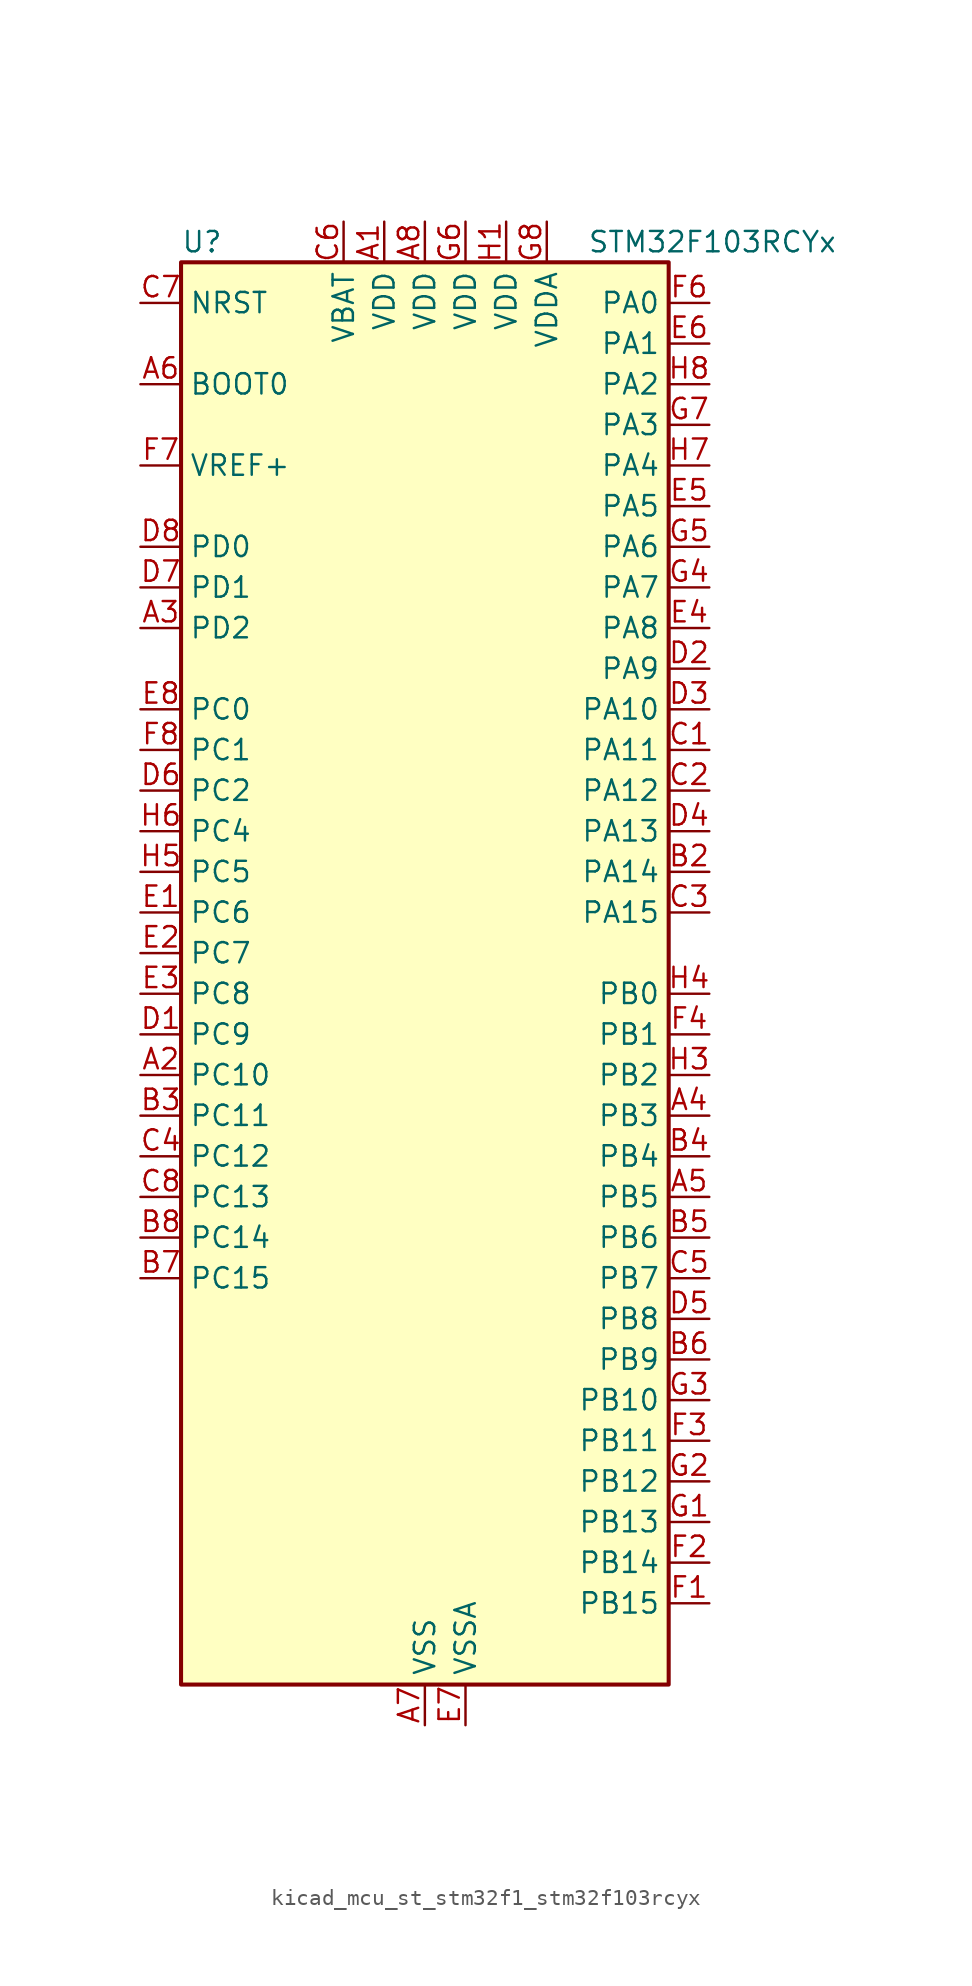
<source format=kicad_sym>
(kicad_symbol_lib
  (version 20220914)
  (generator kicad_symbol_editor)
  (symbol "kicad_mcu_st_stm32f1_stm32f103rcyx"
    (property "Reference" "U"
      (at -15.24 46.99 0)
      (effects (font (size 1.27 1.27)) (justify left)))
    (property "Value" "STM32F103RCYx"
      (at 10.16 46.99 0)
      (effects (font (size 1.27 1.27)) (justify left)))
    (property "ki_locked" ""
      (at 0 0 0)
      (effects (font (size 1.27 1.27))))
    (symbol "kicad_mcu_st_stm32f1_stm32f103rcyx_0_1"
      (rectangle (start -15.24 -43.18) (end 15.24 45.72) (stroke (width 0.254) (type default)) (fill (type background))))
    (symbol "kicad_mcu_st_stm32f1_stm32f103rcyx_1_1"
      (pin power_in line (at -2.54 48.26 270) (length 2.54) (name "VDD" (effects (font (size 1.27 1.27)))) (number "A1" (effects (font (size 1.27 1.27)))))
      (pin bidirectional line (at -17.78 -5.08 0) (length 2.54) (name "PC10" (effects (font (size 1.27 1.27)))) (number "A2" (effects (font (size 1.27 1.27)))) (alternate "SDIO_D2" bidirectional line) (alternate "UART4_TX" bidirectional line) (alternate "USART3_TX" bidirectional line))
      (pin bidirectional line (at -17.78 22.86 0) (length 2.54) (name "PD2" (effects (font (size 1.27 1.27)))) (number "A3" (effects (font (size 1.27 1.27)))) (alternate "SDIO_CMD" bidirectional line) (alternate "TIM3_ETR" bidirectional line) (alternate "UART5_RX" bidirectional line))
      (pin bidirectional line (at 17.78 -7.62 180) (length 2.54) (name "PB3" (effects (font (size 1.27 1.27)))) (number "A4" (effects (font (size 1.27 1.27)))) (alternate "I2S3_CK" bidirectional line) (alternate "SPI1_SCK" bidirectional line) (alternate "SPI3_SCK" bidirectional line) (alternate "SYS_JTDO-TRACESWO" bidirectional line) (alternate "TIM2_CH2" bidirectional line))
      (pin bidirectional line (at 17.78 -12.7 180) (length 2.54) (name "PB5" (effects (font (size 1.27 1.27)))) (number "A5" (effects (font (size 1.27 1.27)))) (alternate "I2C1_SMBA" bidirectional line) (alternate "I2S3_SD" bidirectional line) (alternate "SPI1_MOSI" bidirectional line) (alternate "SPI3_MOSI" bidirectional line) (alternate "TIM3_CH2" bidirectional line))
      (pin input line (at -17.78 38.1 0) (length 2.54) (name "BOOT0" (effects (font (size 1.27 1.27)))) (number "A6" (effects (font (size 1.27 1.27)))))
      (pin power_in line (at 0 -45.72 90) (length 2.54) (name "VSS" (effects (font (size 1.27 1.27)))) (number "A7" (effects (font (size 1.27 1.27)))))
      (pin power_in line (at 0 48.26 270) (length 2.54) (name "VDD" (effects (font (size 1.27 1.27)))) (number "A8" (effects (font (size 1.27 1.27)))))
      (pin passive line (at 0 -45.72 90) (length 2.54) hide (name "VSS" (effects (font (size 1.27 1.27)))) (number "B1" (effects (font (size 1.27 1.27)))))
      (pin bidirectional line (at 17.78 7.62 180) (length 2.54) (name "PA14" (effects (font (size 1.27 1.27)))) (number "B2" (effects (font (size 1.27 1.27)))) (alternate "SYS_JTCK-SWCLK" bidirectional line))
      (pin bidirectional line (at -17.78 -7.62 0) (length 2.54) (name "PC11" (effects (font (size 1.27 1.27)))) (number "B3" (effects (font (size 1.27 1.27)))) (alternate "ADC1_EXTI11" bidirectional line) (alternate "ADC2_EXTI11" bidirectional line) (alternate "SDIO_D3" bidirectional line) (alternate "UART4_RX" bidirectional line) (alternate "USART3_RX" bidirectional line))
      (pin bidirectional line (at 17.78 -10.16 180) (length 2.54) (name "PB4" (effects (font (size 1.27 1.27)))) (number "B4" (effects (font (size 1.27 1.27)))) (alternate "SPI1_MISO" bidirectional line) (alternate "SPI3_MISO" bidirectional line) (alternate "SYS_NJTRST" bidirectional line) (alternate "TIM3_CH1" bidirectional line))
      (pin bidirectional line (at 17.78 -15.24 180) (length 2.54) (name "PB6" (effects (font (size 1.27 1.27)))) (number "B5" (effects (font (size 1.27 1.27)))) (alternate "I2C1_SCL" bidirectional line) (alternate "TIM4_CH1" bidirectional line) (alternate "USART1_TX" bidirectional line))
      (pin bidirectional line (at 17.78 -22.86 180) (length 2.54) (name "PB9" (effects (font (size 1.27 1.27)))) (number "B6" (effects (font (size 1.27 1.27)))) (alternate "CAN_TX" bidirectional line) (alternate "DAC_EXTI9" bidirectional line) (alternate "I2C1_SDA" bidirectional line) (alternate "SDIO_D5" bidirectional line) (alternate "TIM4_CH4" bidirectional line))
      (pin bidirectional line (at -17.78 -17.78 0) (length 2.54) (name "PC15" (effects (font (size 1.27 1.27)))) (number "B7" (effects (font (size 1.27 1.27)))) (alternate "ADC1_EXTI15" bidirectional line) (alternate "ADC2_EXTI15" bidirectional line) (alternate "RCC_OSC32_OUT" bidirectional line))
      (pin bidirectional line (at -17.78 -15.24 0) (length 2.54) (name "PC14" (effects (font (size 1.27 1.27)))) (number "B8" (effects (font (size 1.27 1.27)))) (alternate "RCC_OSC32_IN" bidirectional line))
      (pin bidirectional line (at 17.78 15.24 180) (length 2.54) (name "PA11" (effects (font (size 1.27 1.27)))) (number "C1" (effects (font (size 1.27 1.27)))) (alternate "ADC1_EXTI11" bidirectional line) (alternate "ADC2_EXTI11" bidirectional line) (alternate "CAN_RX" bidirectional line) (alternate "TIM1_CH4" bidirectional line) (alternate "USART1_CTS" bidirectional line) (alternate "USB_DM" bidirectional line))
      (pin bidirectional line (at 17.78 12.7 180) (length 2.54) (name "PA12" (effects (font (size 1.27 1.27)))) (number "C2" (effects (font (size 1.27 1.27)))) (alternate "CAN_TX" bidirectional line) (alternate "TIM1_ETR" bidirectional line) (alternate "USART1_RTS" bidirectional line) (alternate "USB_DP" bidirectional line))
      (pin bidirectional line (at 17.78 5.08 180) (length 2.54) (name "PA15" (effects (font (size 1.27 1.27)))) (number "C3" (effects (font (size 1.27 1.27)))) (alternate "ADC1_EXTI15" bidirectional line) (alternate "ADC2_EXTI15" bidirectional line) (alternate "I2S3_WS" bidirectional line) (alternate "SPI1_NSS" bidirectional line) (alternate "SPI3_NSS" bidirectional line) (alternate "SYS_JTDI" bidirectional line) (alternate "TIM2_CH1" bidirectional line) (alternate "TIM2_ETR" bidirectional line))
      (pin bidirectional line (at -17.78 -10.16 0) (length 2.54) (name "PC12" (effects (font (size 1.27 1.27)))) (number "C4" (effects (font (size 1.27 1.27)))) (alternate "SDIO_CK" bidirectional line) (alternate "UART5_TX" bidirectional line) (alternate "USART3_CK" bidirectional line))
      (pin bidirectional line (at 17.78 -17.78 180) (length 2.54) (name "PB7" (effects (font (size 1.27 1.27)))) (number "C5" (effects (font (size 1.27 1.27)))) (alternate "I2C1_SDA" bidirectional line) (alternate "TIM4_CH2" bidirectional line) (alternate "USART1_RX" bidirectional line))
      (pin power_in line (at -5.08 48.26 270) (length 2.54) (name "VBAT" (effects (font (size 1.27 1.27)))) (number "C6" (effects (font (size 1.27 1.27)))))
      (pin input line (at -17.78 43.18 0) (length 2.54) (name "NRST" (effects (font (size 1.27 1.27)))) (number "C7" (effects (font (size 1.27 1.27)))))
      (pin bidirectional line (at -17.78 -12.7 0) (length 2.54) (name "PC13" (effects (font (size 1.27 1.27)))) (number "C8" (effects (font (size 1.27 1.27)))) (alternate "RTC_OUT" bidirectional line) (alternate "RTC_TAMPER" bidirectional line))
      (pin bidirectional line (at -17.78 -2.54 0) (length 2.54) (name "PC9" (effects (font (size 1.27 1.27)))) (number "D1" (effects (font (size 1.27 1.27)))) (alternate "DAC_EXTI9" bidirectional line) (alternate "SDIO_D1" bidirectional line) (alternate "TIM3_CH4" bidirectional line) (alternate "TIM8_CH4" bidirectional line))
      (pin bidirectional line (at 17.78 20.32 180) (length 2.54) (name "PA9" (effects (font (size 1.27 1.27)))) (number "D2" (effects (font (size 1.27 1.27)))) (alternate "DAC_EXTI9" bidirectional line) (alternate "TIM1_CH2" bidirectional line) (alternate "USART1_TX" bidirectional line))
      (pin bidirectional line (at 17.78 17.78 180) (length 2.54) (name "PA10" (effects (font (size 1.27 1.27)))) (number "D3" (effects (font (size 1.27 1.27)))) (alternate "TIM1_CH3" bidirectional line) (alternate "USART1_RX" bidirectional line))
      (pin bidirectional line (at 17.78 10.16 180) (length 2.54) (name "PA13" (effects (font (size 1.27 1.27)))) (number "D4" (effects (font (size 1.27 1.27)))) (alternate "SYS_JTMS-SWDIO" bidirectional line))
      (pin bidirectional line (at 17.78 -20.32 180) (length 2.54) (name "PB8" (effects (font (size 1.27 1.27)))) (number "D5" (effects (font (size 1.27 1.27)))) (alternate "CAN_RX" bidirectional line) (alternate "I2C1_SCL" bidirectional line) (alternate "SDIO_D4" bidirectional line) (alternate "TIM4_CH3" bidirectional line))
      (pin bidirectional line (at -17.78 12.7 0) (length 2.54) (name "PC2" (effects (font (size 1.27 1.27)))) (number "D6" (effects (font (size 1.27 1.27)))) (alternate "ADC1_IN12" bidirectional line) (alternate "ADC2_IN12" bidirectional line) (alternate "ADC3_IN12" bidirectional line))
      (pin bidirectional line (at -17.78 25.4 0) (length 2.54) (name "PD1" (effects (font (size 1.27 1.27)))) (number "D7" (effects (font (size 1.27 1.27)))) (alternate "RCC_OSC_OUT" bidirectional line))
      (pin bidirectional line (at -17.78 27.94 0) (length 2.54) (name "PD0" (effects (font (size 1.27 1.27)))) (number "D8" (effects (font (size 1.27 1.27)))) (alternate "RCC_OSC_IN" bidirectional line))
      (pin bidirectional line (at -17.78 5.08 0) (length 2.54) (name "PC6" (effects (font (size 1.27 1.27)))) (number "E1" (effects (font (size 1.27 1.27)))) (alternate "I2S2_MCK" bidirectional line) (alternate "SDIO_D6" bidirectional line) (alternate "TIM3_CH1" bidirectional line) (alternate "TIM8_CH1" bidirectional line))
      (pin bidirectional line (at -17.78 2.54 0) (length 2.54) (name "PC7" (effects (font (size 1.27 1.27)))) (number "E2" (effects (font (size 1.27 1.27)))) (alternate "I2S3_MCK" bidirectional line) (alternate "SDIO_D7" bidirectional line) (alternate "TIM3_CH2" bidirectional line) (alternate "TIM8_CH2" bidirectional line))
      (pin bidirectional line (at -17.78 0 0) (length 2.54) (name "PC8" (effects (font (size 1.27 1.27)))) (number "E3" (effects (font (size 1.27 1.27)))) (alternate "SDIO_D0" bidirectional line) (alternate "TIM3_CH3" bidirectional line) (alternate "TIM8_CH3" bidirectional line))
      (pin bidirectional line (at 17.78 22.86 180) (length 2.54) (name "PA8" (effects (font (size 1.27 1.27)))) (number "E4" (effects (font (size 1.27 1.27)))) (alternate "RCC_MCO" bidirectional line) (alternate "TIM1_CH1" bidirectional line) (alternate "USART1_CK" bidirectional line))
      (pin bidirectional line (at 17.78 30.48 180) (length 2.54) (name "PA5" (effects (font (size 1.27 1.27)))) (number "E5" (effects (font (size 1.27 1.27)))) (alternate "ADC1_IN5" bidirectional line) (alternate "ADC2_IN5" bidirectional line) (alternate "DAC_OUT2" bidirectional line) (alternate "SPI1_SCK" bidirectional line))
      (pin bidirectional line (at 17.78 40.64 180) (length 2.54) (name "PA1" (effects (font (size 1.27 1.27)))) (number "E6" (effects (font (size 1.27 1.27)))) (alternate "ADC1_IN1" bidirectional line) (alternate "ADC2_IN1" bidirectional line) (alternate "ADC3_IN1" bidirectional line) (alternate "TIM2_CH2" bidirectional line) (alternate "TIM5_CH2" bidirectional line) (alternate "USART2_RTS" bidirectional line))
      (pin power_in line (at 2.54 -45.72 90) (length 2.54) (name "VSSA" (effects (font (size 1.27 1.27)))) (number "E7" (effects (font (size 1.27 1.27)))))
      (pin bidirectional line (at -17.78 17.78 0) (length 2.54) (name "PC0" (effects (font (size 1.27 1.27)))) (number "E8" (effects (font (size 1.27 1.27)))) (alternate "ADC1_IN10" bidirectional line) (alternate "ADC2_IN10" bidirectional line) (alternate "ADC3_IN10" bidirectional line))
      (pin bidirectional line (at 17.78 -38.1 180) (length 2.54) (name "PB15" (effects (font (size 1.27 1.27)))) (number "F1" (effects (font (size 1.27 1.27)))) (alternate "ADC1_EXTI15" bidirectional line) (alternate "ADC2_EXTI15" bidirectional line) (alternate "I2S2_SD" bidirectional line) (alternate "SPI2_MOSI" bidirectional line) (alternate "TIM1_CH3N" bidirectional line))
      (pin bidirectional line (at 17.78 -35.56 180) (length 2.54) (name "PB14" (effects (font (size 1.27 1.27)))) (number "F2" (effects (font (size 1.27 1.27)))) (alternate "SPI2_MISO" bidirectional line) (alternate "TIM1_CH2N" bidirectional line) (alternate "USART3_RTS" bidirectional line))
      (pin bidirectional line (at 17.78 -27.94 180) (length 2.54) (name "PB11" (effects (font (size 1.27 1.27)))) (number "F3" (effects (font (size 1.27 1.27)))) (alternate "ADC1_EXTI11" bidirectional line) (alternate "ADC2_EXTI11" bidirectional line) (alternate "I2C2_SDA" bidirectional line) (alternate "TIM2_CH4" bidirectional line) (alternate "USART3_RX" bidirectional line))
      (pin bidirectional line (at 17.78 -2.54 180) (length 2.54) (name "PB1" (effects (font (size 1.27 1.27)))) (number "F4" (effects (font (size 1.27 1.27)))) (alternate "ADC1_IN9" bidirectional line) (alternate "ADC2_IN9" bidirectional line) (alternate "TIM1_CH3N" bidirectional line) (alternate "TIM3_CH4" bidirectional line) (alternate "TIM8_CH3N" bidirectional line))
      (pin passive line (at 0 -45.72 90) (length 2.54) hide (name "VSS" (effects (font (size 1.27 1.27)))) (number "F5" (effects (font (size 1.27 1.27)))))
      (pin bidirectional line (at 17.78 43.18 180) (length 2.54) (name "PA0" (effects (font (size 1.27 1.27)))) (number "F6" (effects (font (size 1.27 1.27)))) (alternate "ADC1_IN0" bidirectional line) (alternate "ADC2_IN0" bidirectional line) (alternate "ADC3_IN0" bidirectional line) (alternate "SYS_WKUP" bidirectional line) (alternate "TIM2_CH1" bidirectional line) (alternate "TIM2_ETR" bidirectional line) (alternate "TIM5_CH1" bidirectional line) (alternate "TIM8_ETR" bidirectional line) (alternate "USART2_CTS" bidirectional line))
      (pin input line (at -17.78 33.02 0) (length 2.54) (name "VREF+" (effects (font (size 1.27 1.27)))) (number "F7" (effects (font (size 1.27 1.27)))))
      (pin bidirectional line (at -17.78 15.24 0) (length 2.54) (name "PC1" (effects (font (size 1.27 1.27)))) (number "F8" (effects (font (size 1.27 1.27)))) (alternate "ADC1_IN11" bidirectional line) (alternate "ADC2_IN11" bidirectional line) (alternate "ADC3_IN11" bidirectional line))
      (pin bidirectional line (at 17.78 -33.02 180) (length 2.54) (name "PB13" (effects (font (size 1.27 1.27)))) (number "G1" (effects (font (size 1.27 1.27)))) (alternate "I2S2_CK" bidirectional line) (alternate "SPI2_SCK" bidirectional line) (alternate "TIM1_CH1N" bidirectional line) (alternate "USART3_CTS" bidirectional line))
      (pin bidirectional line (at 17.78 -30.48 180) (length 2.54) (name "PB12" (effects (font (size 1.27 1.27)))) (number "G2" (effects (font (size 1.27 1.27)))) (alternate "I2C2_SMBA" bidirectional line) (alternate "I2S2_WS" bidirectional line) (alternate "SPI2_NSS" bidirectional line) (alternate "TIM1_BKIN" bidirectional line) (alternate "USART3_CK" bidirectional line))
      (pin bidirectional line (at 17.78 -25.4 180) (length 2.54) (name "PB10" (effects (font (size 1.27 1.27)))) (number "G3" (effects (font (size 1.27 1.27)))) (alternate "I2C2_SCL" bidirectional line) (alternate "TIM2_CH3" bidirectional line) (alternate "USART3_TX" bidirectional line))
      (pin bidirectional line (at 17.78 25.4 180) (length 2.54) (name "PA7" (effects (font (size 1.27 1.27)))) (number "G4" (effects (font (size 1.27 1.27)))) (alternate "ADC1_IN7" bidirectional line) (alternate "ADC2_IN7" bidirectional line) (alternate "SPI1_MOSI" bidirectional line) (alternate "TIM1_CH1N" bidirectional line) (alternate "TIM3_CH2" bidirectional line) (alternate "TIM8_CH1N" bidirectional line))
      (pin bidirectional line (at 17.78 27.94 180) (length 2.54) (name "PA6" (effects (font (size 1.27 1.27)))) (number "G5" (effects (font (size 1.27 1.27)))) (alternate "ADC1_IN6" bidirectional line) (alternate "ADC2_IN6" bidirectional line) (alternate "SPI1_MISO" bidirectional line) (alternate "TIM1_BKIN" bidirectional line) (alternate "TIM3_CH1" bidirectional line) (alternate "TIM8_BKIN" bidirectional line))
      (pin power_in line (at 2.54 48.26 270) (length 2.54) (name "VDD" (effects (font (size 1.27 1.27)))) (number "G6" (effects (font (size 1.27 1.27)))))
      (pin bidirectional line (at 17.78 35.56 180) (length 2.54) (name "PA3" (effects (font (size 1.27 1.27)))) (number "G7" (effects (font (size 1.27 1.27)))) (alternate "ADC1_IN3" bidirectional line) (alternate "ADC2_IN3" bidirectional line) (alternate "ADC3_IN3" bidirectional line) (alternate "TIM2_CH4" bidirectional line) (alternate "TIM5_CH4" bidirectional line) (alternate "USART2_RX" bidirectional line))
      (pin power_in line (at 7.62 48.26 270) (length 2.54) (name "VDDA" (effects (font (size 1.27 1.27)))) (number "G8" (effects (font (size 1.27 1.27)))))
      (pin power_in line (at 5.08 48.26 270) (length 2.54) (name "VDD" (effects (font (size 1.27 1.27)))) (number "H1" (effects (font (size 1.27 1.27)))))
      (pin passive line (at 0 -45.72 90) (length 2.54) hide (name "VSS" (effects (font (size 1.27 1.27)))) (number "H2" (effects (font (size 1.27 1.27)))))
      (pin bidirectional line (at 17.78 -5.08 180) (length 2.54) (name "PB2" (effects (font (size 1.27 1.27)))) (number "H3" (effects (font (size 1.27 1.27)))))
      (pin bidirectional line (at 17.78 0 180) (length 2.54) (name "PB0" (effects (font (size 1.27 1.27)))) (number "H4" (effects (font (size 1.27 1.27)))) (alternate "ADC1_IN8" bidirectional line) (alternate "ADC2_IN8" bidirectional line) (alternate "TIM1_CH2N" bidirectional line) (alternate "TIM3_CH3" bidirectional line) (alternate "TIM8_CH2N" bidirectional line))
      (pin bidirectional line (at -17.78 7.62 0) (length 2.54) (name "PC5" (effects (font (size 1.27 1.27)))) (number "H5" (effects (font (size 1.27 1.27)))) (alternate "ADC1_IN15" bidirectional line) (alternate "ADC2_IN15" bidirectional line))
      (pin bidirectional line (at -17.78 10.16 0) (length 2.54) (name "PC4" (effects (font (size 1.27 1.27)))) (number "H6" (effects (font (size 1.27 1.27)))) (alternate "ADC1_IN14" bidirectional line) (alternate "ADC2_IN14" bidirectional line))
      (pin bidirectional line (at 17.78 33.02 180) (length 2.54) (name "PA4" (effects (font (size 1.27 1.27)))) (number "H7" (effects (font (size 1.27 1.27)))) (alternate "ADC1_IN4" bidirectional line) (alternate "ADC2_IN4" bidirectional line) (alternate "DAC_OUT1" bidirectional line) (alternate "SPI1_NSS" bidirectional line) (alternate "USART2_CK" bidirectional line))
      (pin bidirectional line (at 17.78 38.1 180) (length 2.54) (name "PA2" (effects (font (size 1.27 1.27)))) (number "H8" (effects (font (size 1.27 1.27)))) (alternate "ADC1_IN2" bidirectional line) (alternate "ADC2_IN2" bidirectional line) (alternate "ADC3_IN2" bidirectional line) (alternate "TIM2_CH3" bidirectional line) (alternate "TIM5_CH3" bidirectional line) (alternate "USART2_TX" bidirectional line)))))
</source>
